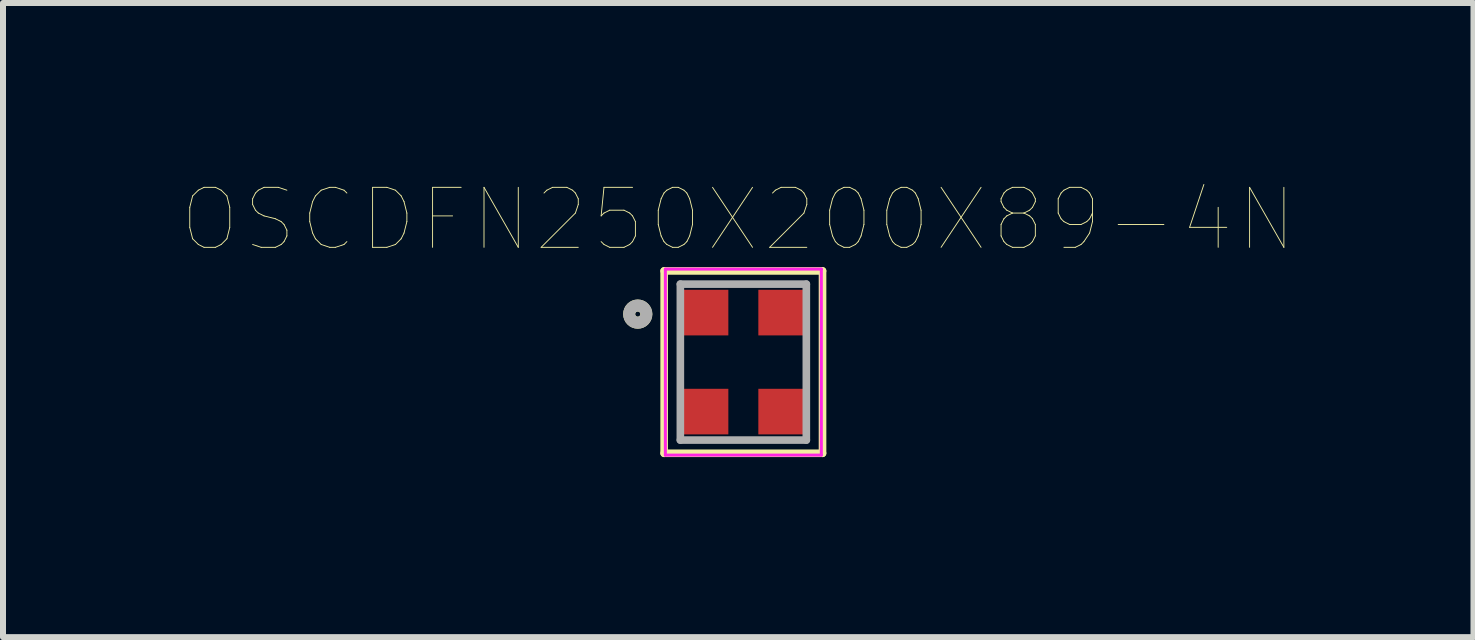
<source format=kicad_pcb>
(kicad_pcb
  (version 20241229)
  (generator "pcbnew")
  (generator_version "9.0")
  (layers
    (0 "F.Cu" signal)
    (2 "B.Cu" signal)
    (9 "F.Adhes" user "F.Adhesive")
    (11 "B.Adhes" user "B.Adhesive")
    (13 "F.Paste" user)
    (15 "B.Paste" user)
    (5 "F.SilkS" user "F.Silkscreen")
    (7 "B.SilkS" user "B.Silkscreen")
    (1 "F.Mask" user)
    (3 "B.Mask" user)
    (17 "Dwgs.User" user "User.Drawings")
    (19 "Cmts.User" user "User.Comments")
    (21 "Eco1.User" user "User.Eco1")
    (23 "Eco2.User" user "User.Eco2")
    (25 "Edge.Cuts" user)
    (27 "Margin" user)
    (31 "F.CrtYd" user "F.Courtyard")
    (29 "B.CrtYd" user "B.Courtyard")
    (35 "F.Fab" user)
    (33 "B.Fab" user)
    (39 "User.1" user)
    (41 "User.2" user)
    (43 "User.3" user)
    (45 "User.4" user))
  (footprint "OSCDFN250X200X89-4N"
    (layer "F.Cu")
    (at 9.341 2.986)
    (property "Reference" "OSCDFN250X200X89-4N" (at -0.085 -2.375 0) (layer "F.SilkS") (effects (font (size 1 1) (thickness 0.015))))
    (attr through_hole)
    (fp_line (start -1.32 -1.52) (end 1.32 -1.52) (stroke (width 0.127) (type solid)) (layer "F.SilkS"))
    (fp_line (start -1.32 1.52) (end -1.32 -1.52) (stroke (width 0.127) (type solid)) (layer "F.SilkS"))
    (fp_line (start 1.32 -1.52) (end 1.32 1.52) (stroke (width 0.127) (type solid)) (layer "F.SilkS"))
    (fp_line (start 1.32 1.52) (end -1.32 1.52) (stroke (width 0.127) (type solid)) (layer "F.SilkS"))
    (fp_circle (center -1.76 -0.8) (end -1.617 -0.8) (stroke (width 0.2) (type solid)) (fill no) (layer "F.SilkS"))
    (fp_line (start -1.3 -1.55) (end 1.3 -1.55) (stroke (width 0.05) (type solid)) (layer "F.CrtYd"))
    (fp_line (start -1.3 1.55) (end -1.3 -1.55) (stroke (width 0.05) (type solid)) (layer "F.CrtYd"))
    (fp_line (start 1.3 -1.55) (end 1.3 1.55) (stroke (width 0.05) (type solid)) (layer "F.CrtYd"))
    (fp_line (start 1.3 1.55) (end -1.3 1.55) (stroke (width 0.05) (type solid)) (layer "F.CrtYd"))
    (fp_line (start -1.05 -1.3) (end 1.05 -1.3) (stroke (width 0.127) (type solid)) (layer "F.Fab"))
    (fp_line (start -1.05 1.3) (end -1.05 -1.3) (stroke (width 0.127) (type solid)) (layer "F.Fab"))
    (fp_line (start 1.05 -1.3) (end 1.05 1.3) (stroke (width 0.127) (type solid)) (layer "F.Fab"))
    (fp_line (start 1.05 1.3) (end -1.05 1.3) (stroke (width 0.127) (type solid)) (layer "F.Fab"))
    (fp_circle (center -1.76 -0.8) (end -1.617 -0.8) (stroke (width 0.2) (type solid)) (fill no) (layer "F.Fab"))
    (pad "1" smd rect (at -0.625 -0.825) (size 0.75 0.76) (layers "F.Cu" "F.Mask" "F.Paste"))
    (pad "2" smd rect (at -0.625 0.825) (size 0.75 0.76) (layers "F.Cu" "F.Mask" "F.Paste"))
    (pad "3" smd rect (at 0.625 0.825) (size 0.75 0.76) (layers "F.Cu" "F.Mask" "F.Paste"))
    (pad "4" smd rect (at 0.625 -0.825) (size 0.75 0.76) (layers "F.Cu" "F.Mask" "F.Paste")))
  (gr_rect
    (start -3 -3)
    (end 21.512 7.57)
    (stroke (width 0.1) (type default))
    (fill no)
    (layer "Edge.Cuts")))
</source>
